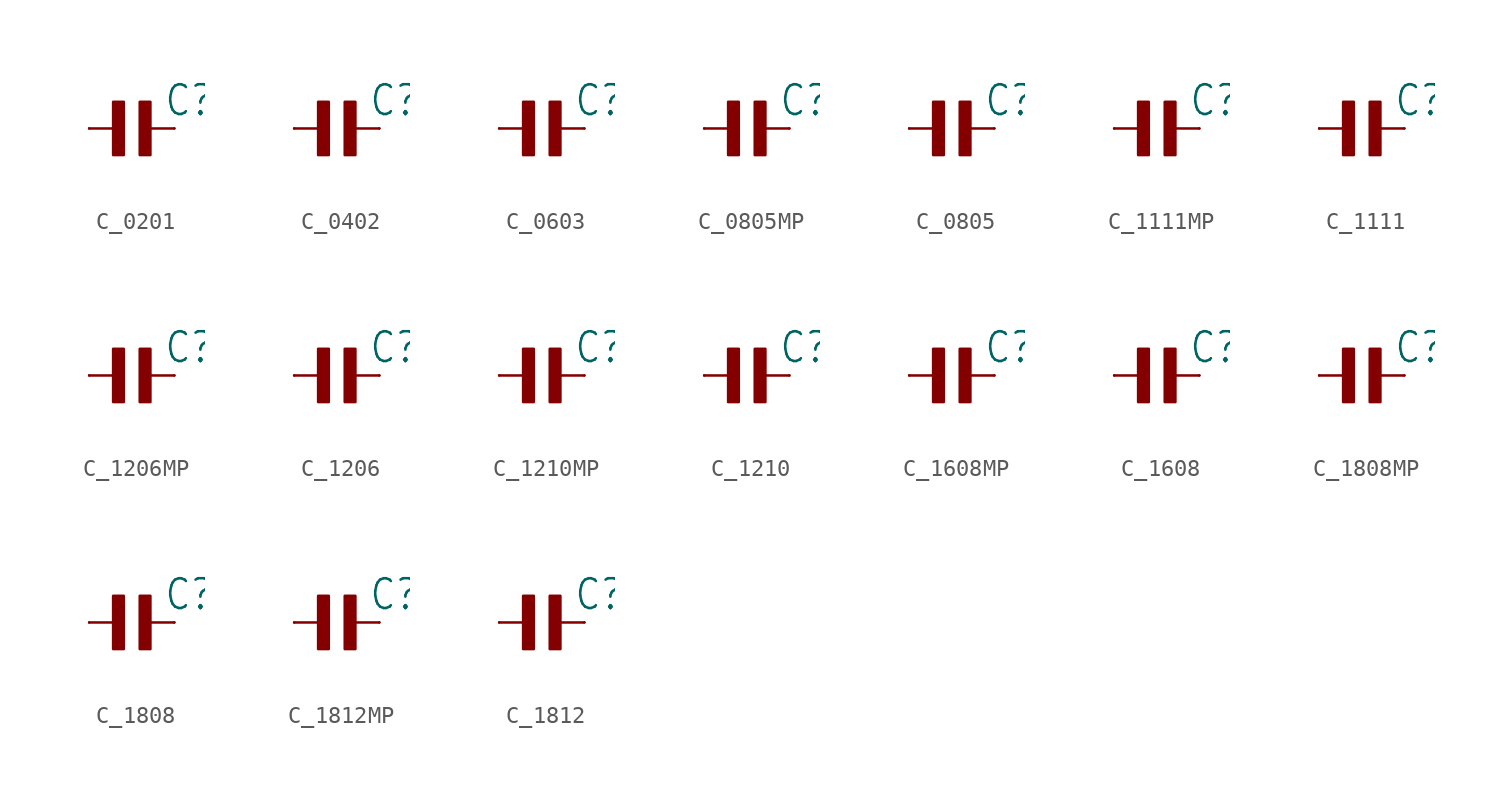
<source format=kicad_sym>
(kicad_symbol_lib
  (version 20231120)
  (generator "kicad_symbol_editor")
  (generator_version "8.0")
  (symbol "C_0201"
    (property "Reference" "C"
      (at 1.905 0.635 0)
      (effects (font (size 1.778 1.511)) (justify left bottom)))
    (property "Value" ""
      (at -3.175 -3.81 0)
      (effects (font (size 1.778 1.511)) (justify left bottom)))
    (property "ki_locked" ""
      (at 0 0 0)
      (effects (font (size 1.27 1.27))))
    (symbol "C_0201_1_0"
      (rectangle (start -1.111 -1.587) (end -0.476 1.587) (stroke (width 0) (type default)) (fill (type outline)))
      (polyline (pts (xy -2.54 0) (xy -0.635 0)) (stroke (width 0.152) (type solid)) (fill (type none)))
      (polyline (pts (xy 2.54 0) (xy 0.635 0)) (stroke (width 0.152) (type solid)) (fill (type none)))
      (rectangle (start 0.476 -1.587) (end 1.111 1.587) (stroke (width 0) (type default)) (fill (type outline)))
      (pin passive line (at -2.54 0 0) (length 0) (name "1" (effects (font (size 0 0)))) (number "1" (effects (font (size 0 0)))))
      (pin passive line (at 2.54 0 180) (length 0) (name "2" (effects (font (size 0 0)))) (number "2" (effects (font (size 0 0)))))))
  (symbol "C_0402"
    (property "Reference" "C"
      (at 1.905 0.635 0)
      (effects (font (size 1.778 1.511)) (justify left bottom)))
    (property "Value" ""
      (at -3.175 -3.81 0)
      (effects (font (size 1.778 1.511)) (justify left bottom)))
    (property "ki_locked" ""
      (at 0 0 0)
      (effects (font (size 1.27 1.27))))
    (symbol "C_0402_1_0"
      (rectangle (start -1.111 -1.587) (end -0.476 1.587) (stroke (width 0) (type default)) (fill (type outline)))
      (polyline (pts (xy -2.54 0) (xy -0.635 0)) (stroke (width 0.152) (type solid)) (fill (type none)))
      (polyline (pts (xy 2.54 0) (xy 0.635 0)) (stroke (width 0.152) (type solid)) (fill (type none)))
      (rectangle (start 0.476 -1.587) (end 1.111 1.587) (stroke (width 0) (type default)) (fill (type outline)))
      (pin passive line (at -2.54 0 0) (length 0) (name "1" (effects (font (size 0 0)))) (number "1" (effects (font (size 0 0)))))
      (pin passive line (at 2.54 0 180) (length 0) (name "2" (effects (font (size 0 0)))) (number "2" (effects (font (size 0 0)))))))
  (symbol "C_0603"
    (property "Reference" "C"
      (at 1.905 0.635 0)
      (effects (font (size 1.778 1.511)) (justify left bottom)))
    (property "Value" ""
      (at -3.175 -3.81 0)
      (effects (font (size 1.778 1.511)) (justify left bottom)))
    (property "ki_locked" ""
      (at 0 0 0)
      (effects (font (size 1.27 1.27))))
    (symbol "C_0603_1_0"
      (rectangle (start -1.111 -1.587) (end -0.476 1.587) (stroke (width 0) (type default)) (fill (type outline)))
      (polyline (pts (xy -2.54 0) (xy -0.635 0)) (stroke (width 0.152) (type solid)) (fill (type none)))
      (polyline (pts (xy 2.54 0) (xy 0.635 0)) (stroke (width 0.152) (type solid)) (fill (type none)))
      (rectangle (start 0.476 -1.587) (end 1.111 1.587) (stroke (width 0) (type default)) (fill (type outline)))
      (pin passive line (at -2.54 0 0) (length 0) (name "1" (effects (font (size 0 0)))) (number "1" (effects (font (size 0 0)))))
      (pin passive line (at 2.54 0 180) (length 0) (name "2" (effects (font (size 0 0)))) (number "2" (effects (font (size 0 0)))))))
  (symbol "C_0805MP"
    (property "Reference" "C"
      (at 1.905 0.635 0)
      (effects (font (size 1.778 1.511)) (justify left bottom)))
    (property "Value" ""
      (at -3.175 -3.81 0)
      (effects (font (size 1.778 1.511)) (justify left bottom)))
    (property "ki_locked" ""
      (at 0 0 0)
      (effects (font (size 1.27 1.27))))
    (symbol "C_0805MP_1_0"
      (rectangle (start -1.111 -1.587) (end -0.476 1.587) (stroke (width 0) (type default)) (fill (type outline)))
      (polyline (pts (xy -2.54 0) (xy -0.635 0)) (stroke (width 0.152) (type solid)) (fill (type none)))
      (polyline (pts (xy 2.54 0) (xy 0.635 0)) (stroke (width 0.152) (type solid)) (fill (type none)))
      (rectangle (start 0.476 -1.587) (end 1.111 1.587) (stroke (width 0) (type default)) (fill (type outline)))
      (pin passive line (at -2.54 0 0) (length 0) (name "1" (effects (font (size 0 0)))) (number "1" (effects (font (size 0 0)))))
      (pin passive line (at 2.54 0 180) (length 0) (name "2" (effects (font (size 0 0)))) (number "2" (effects (font (size 0 0)))))))
  (symbol "C_0805"
    (property "Reference" "C"
      (at 1.905 0.635 0)
      (effects (font (size 1.778 1.511)) (justify left bottom)))
    (property "Value" ""
      (at -3.175 -3.81 0)
      (effects (font (size 1.778 1.511)) (justify left bottom)))
    (property "ki_locked" ""
      (at 0 0 0)
      (effects (font (size 1.27 1.27))))
    (symbol "C_0805_1_0"
      (rectangle (start -1.111 -1.587) (end -0.476 1.587) (stroke (width 0) (type default)) (fill (type outline)))
      (polyline (pts (xy -2.54 0) (xy -0.635 0)) (stroke (width 0.152) (type solid)) (fill (type none)))
      (polyline (pts (xy 2.54 0) (xy 0.635 0)) (stroke (width 0.152) (type solid)) (fill (type none)))
      (rectangle (start 0.476 -1.587) (end 1.111 1.587) (stroke (width 0) (type default)) (fill (type outline)))
      (pin passive line (at -2.54 0 0) (length 0) (name "1" (effects (font (size 0 0)))) (number "1" (effects (font (size 0 0)))))
      (pin passive line (at 2.54 0 180) (length 0) (name "2" (effects (font (size 0 0)))) (number "2" (effects (font (size 0 0)))))))
  (symbol "C_1111MP"
    (property "Reference" "C"
      (at 1.905 0.635 0)
      (effects (font (size 1.778 1.511)) (justify left bottom)))
    (property "Value" ""
      (at -3.175 -3.81 0)
      (effects (font (size 1.778 1.511)) (justify left bottom)))
    (property "ki_locked" ""
      (at 0 0 0)
      (effects (font (size 1.27 1.27))))
    (symbol "C_1111MP_1_0"
      (rectangle (start -1.111 -1.587) (end -0.476 1.587) (stroke (width 0) (type default)) (fill (type outline)))
      (polyline (pts (xy -2.54 0) (xy -0.635 0)) (stroke (width 0.152) (type solid)) (fill (type none)))
      (polyline (pts (xy 2.54 0) (xy 0.635 0)) (stroke (width 0.152) (type solid)) (fill (type none)))
      (rectangle (start 0.476 -1.587) (end 1.111 1.587) (stroke (width 0) (type default)) (fill (type outline)))
      (pin passive line (at -2.54 0 0) (length 0) (name "1" (effects (font (size 0 0)))) (number "1" (effects (font (size 0 0)))))
      (pin passive line (at 2.54 0 180) (length 0) (name "2" (effects (font (size 0 0)))) (number "2" (effects (font (size 0 0)))))))
  (symbol "C_1111"
    (property "Reference" "C"
      (at 1.905 0.635 0)
      (effects (font (size 1.778 1.511)) (justify left bottom)))
    (property "Value" ""
      (at -3.175 -3.81 0)
      (effects (font (size 1.778 1.511)) (justify left bottom)))
    (property "ki_locked" ""
      (at 0 0 0)
      (effects (font (size 1.27 1.27))))
    (symbol "C_1111_1_0"
      (rectangle (start -1.111 -1.587) (end -0.476 1.587) (stroke (width 0) (type default)) (fill (type outline)))
      (polyline (pts (xy -2.54 0) (xy -0.635 0)) (stroke (width 0.152) (type solid)) (fill (type none)))
      (polyline (pts (xy 2.54 0) (xy 0.635 0)) (stroke (width 0.152) (type solid)) (fill (type none)))
      (rectangle (start 0.476 -1.587) (end 1.111 1.587) (stroke (width 0) (type default)) (fill (type outline)))
      (pin passive line (at -2.54 0 0) (length 0) (name "1" (effects (font (size 0 0)))) (number "1" (effects (font (size 0 0)))))
      (pin passive line (at 2.54 0 180) (length 0) (name "2" (effects (font (size 0 0)))) (number "2" (effects (font (size 0 0)))))))
  (symbol "C_1206MP"
    (property "Reference" "C"
      (at 1.905 0.635 0)
      (effects (font (size 1.778 1.511)) (justify left bottom)))
    (property "Value" ""
      (at -3.175 -3.81 0)
      (effects (font (size 1.778 1.511)) (justify left bottom)))
    (property "ki_locked" ""
      (at 0 0 0)
      (effects (font (size 1.27 1.27))))
    (symbol "C_1206MP_1_0"
      (rectangle (start -1.111 -1.587) (end -0.476 1.587) (stroke (width 0) (type default)) (fill (type outline)))
      (polyline (pts (xy -2.54 0) (xy -0.635 0)) (stroke (width 0.152) (type solid)) (fill (type none)))
      (polyline (pts (xy 2.54 0) (xy 0.635 0)) (stroke (width 0.152) (type solid)) (fill (type none)))
      (rectangle (start 0.476 -1.587) (end 1.111 1.587) (stroke (width 0) (type default)) (fill (type outline)))
      (pin passive line (at -2.54 0 0) (length 0) (name "1" (effects (font (size 0 0)))) (number "1" (effects (font (size 0 0)))))
      (pin passive line (at 2.54 0 180) (length 0) (name "2" (effects (font (size 0 0)))) (number "2" (effects (font (size 0 0)))))))
  (symbol "C_1206"
    (property "Reference" "C"
      (at 1.905 0.635 0)
      (effects (font (size 1.778 1.511)) (justify left bottom)))
    (property "Value" ""
      (at -3.175 -3.81 0)
      (effects (font (size 1.778 1.511)) (justify left bottom)))
    (property "ki_locked" ""
      (at 0 0 0)
      (effects (font (size 1.27 1.27))))
    (symbol "C_1206_1_0"
      (rectangle (start -1.111 -1.587) (end -0.476 1.587) (stroke (width 0) (type default)) (fill (type outline)))
      (polyline (pts (xy -2.54 0) (xy -0.635 0)) (stroke (width 0.152) (type solid)) (fill (type none)))
      (polyline (pts (xy 2.54 0) (xy 0.635 0)) (stroke (width 0.152) (type solid)) (fill (type none)))
      (rectangle (start 0.476 -1.587) (end 1.111 1.587) (stroke (width 0) (type default)) (fill (type outline)))
      (pin passive line (at -2.54 0 0) (length 0) (name "1" (effects (font (size 0 0)))) (number "1" (effects (font (size 0 0)))))
      (pin passive line (at 2.54 0 180) (length 0) (name "2" (effects (font (size 0 0)))) (number "2" (effects (font (size 0 0)))))))
  (symbol "C_1210MP"
    (property "Reference" "C"
      (at 1.905 0.635 0)
      (effects (font (size 1.778 1.511)) (justify left bottom)))
    (property "Value" ""
      (at -3.175 -3.81 0)
      (effects (font (size 1.778 1.511)) (justify left bottom)))
    (property "ki_locked" ""
      (at 0 0 0)
      (effects (font (size 1.27 1.27))))
    (symbol "C_1210MP_1_0"
      (rectangle (start -1.111 -1.587) (end -0.476 1.587) (stroke (width 0) (type default)) (fill (type outline)))
      (polyline (pts (xy -2.54 0) (xy -0.635 0)) (stroke (width 0.152) (type solid)) (fill (type none)))
      (polyline (pts (xy 2.54 0) (xy 0.635 0)) (stroke (width 0.152) (type solid)) (fill (type none)))
      (rectangle (start 0.476 -1.587) (end 1.111 1.587) (stroke (width 0) (type default)) (fill (type outline)))
      (pin passive line (at -2.54 0 0) (length 0) (name "1" (effects (font (size 0 0)))) (number "1" (effects (font (size 0 0)))))
      (pin passive line (at 2.54 0 180) (length 0) (name "2" (effects (font (size 0 0)))) (number "2" (effects (font (size 0 0)))))))
  (symbol "C_1210"
    (property "Reference" "C"
      (at 1.905 0.635 0)
      (effects (font (size 1.778 1.511)) (justify left bottom)))
    (property "Value" ""
      (at -3.175 -3.81 0)
      (effects (font (size 1.778 1.511)) (justify left bottom)))
    (property "ki_locked" ""
      (at 0 0 0)
      (effects (font (size 1.27 1.27))))
    (symbol "C_1210_1_0"
      (rectangle (start -1.111 -1.587) (end -0.476 1.587) (stroke (width 0) (type default)) (fill (type outline)))
      (polyline (pts (xy -2.54 0) (xy -0.635 0)) (stroke (width 0.152) (type solid)) (fill (type none)))
      (polyline (pts (xy 2.54 0) (xy 0.635 0)) (stroke (width 0.152) (type solid)) (fill (type none)))
      (rectangle (start 0.476 -1.587) (end 1.111 1.587) (stroke (width 0) (type default)) (fill (type outline)))
      (pin passive line (at -2.54 0 0) (length 0) (name "1" (effects (font (size 0 0)))) (number "1" (effects (font (size 0 0)))))
      (pin passive line (at 2.54 0 180) (length 0) (name "2" (effects (font (size 0 0)))) (number "2" (effects (font (size 0 0)))))))
  (symbol "C_1608MP"
    (property "Reference" "C"
      (at 1.905 0.635 0)
      (effects (font (size 1.778 1.511)) (justify left bottom)))
    (property "Value" ""
      (at -3.175 -3.81 0)
      (effects (font (size 1.778 1.511)) (justify left bottom)))
    (property "ki_locked" ""
      (at 0 0 0)
      (effects (font (size 1.27 1.27))))
    (symbol "C_1608MP_1_0"
      (rectangle (start -1.111 -1.587) (end -0.476 1.587) (stroke (width 0) (type default)) (fill (type outline)))
      (polyline (pts (xy -2.54 0) (xy -0.635 0)) (stroke (width 0.152) (type solid)) (fill (type none)))
      (polyline (pts (xy 2.54 0) (xy 0.635 0)) (stroke (width 0.152) (type solid)) (fill (type none)))
      (rectangle (start 0.476 -1.587) (end 1.111 1.587) (stroke (width 0) (type default)) (fill (type outline)))
      (pin passive line (at -2.54 0 0) (length 0) (name "1" (effects (font (size 0 0)))) (number "1" (effects (font (size 0 0)))))
      (pin passive line (at 2.54 0 180) (length 0) (name "2" (effects (font (size 0 0)))) (number "2" (effects (font (size 0 0)))))))
  (symbol "C_1608"
    (property "Reference" "C"
      (at 1.905 0.635 0)
      (effects (font (size 1.778 1.511)) (justify left bottom)))
    (property "Value" ""
      (at -3.175 -3.81 0)
      (effects (font (size 1.778 1.511)) (justify left bottom)))
    (property "ki_locked" ""
      (at 0 0 0)
      (effects (font (size 1.27 1.27))))
    (symbol "C_1608_1_0"
      (rectangle (start -1.111 -1.587) (end -0.476 1.587) (stroke (width 0) (type default)) (fill (type outline)))
      (polyline (pts (xy -2.54 0) (xy -0.635 0)) (stroke (width 0.152) (type solid)) (fill (type none)))
      (polyline (pts (xy 2.54 0) (xy 0.635 0)) (stroke (width 0.152) (type solid)) (fill (type none)))
      (rectangle (start 0.476 -1.587) (end 1.111 1.587) (stroke (width 0) (type default)) (fill (type outline)))
      (pin passive line (at -2.54 0 0) (length 0) (name "1" (effects (font (size 0 0)))) (number "1" (effects (font (size 0 0)))))
      (pin passive line (at 2.54 0 180) (length 0) (name "2" (effects (font (size 0 0)))) (number "2" (effects (font (size 0 0)))))))
  (symbol "C_1808MP"
    (property "Reference" "C"
      (at 1.905 0.635 0)
      (effects (font (size 1.778 1.511)) (justify left bottom)))
    (property "Value" ""
      (at -3.175 -3.81 0)
      (effects (font (size 1.778 1.511)) (justify left bottom)))
    (property "ki_locked" ""
      (at 0 0 0)
      (effects (font (size 1.27 1.27))))
    (symbol "C_1808MP_1_0"
      (rectangle (start -1.111 -1.587) (end -0.476 1.587) (stroke (width 0) (type default)) (fill (type outline)))
      (polyline (pts (xy -2.54 0) (xy -0.635 0)) (stroke (width 0.152) (type solid)) (fill (type none)))
      (polyline (pts (xy 2.54 0) (xy 0.635 0)) (stroke (width 0.152) (type solid)) (fill (type none)))
      (rectangle (start 0.476 -1.587) (end 1.111 1.587) (stroke (width 0) (type default)) (fill (type outline)))
      (pin passive line (at -2.54 0 0) (length 0) (name "1" (effects (font (size 0 0)))) (number "1" (effects (font (size 0 0)))))
      (pin passive line (at 2.54 0 180) (length 0) (name "2" (effects (font (size 0 0)))) (number "2" (effects (font (size 0 0)))))))
  (symbol "C_1808"
    (property "Reference" "C"
      (at 1.905 0.635 0)
      (effects (font (size 1.778 1.511)) (justify left bottom)))
    (property "Value" ""
      (at -3.175 -3.81 0)
      (effects (font (size 1.778 1.511)) (justify left bottom)))
    (property "ki_locked" ""
      (at 0 0 0)
      (effects (font (size 1.27 1.27))))
    (symbol "C_1808_1_0"
      (rectangle (start -1.111 -1.587) (end -0.476 1.587) (stroke (width 0) (type default)) (fill (type outline)))
      (polyline (pts (xy -2.54 0) (xy -0.635 0)) (stroke (width 0.152) (type solid)) (fill (type none)))
      (polyline (pts (xy 2.54 0) (xy 0.635 0)) (stroke (width 0.152) (type solid)) (fill (type none)))
      (rectangle (start 0.476 -1.587) (end 1.111 1.587) (stroke (width 0) (type default)) (fill (type outline)))
      (pin passive line (at -2.54 0 0) (length 0) (name "1" (effects (font (size 0 0)))) (number "1" (effects (font (size 0 0)))))
      (pin passive line (at 2.54 0 180) (length 0) (name "2" (effects (font (size 0 0)))) (number "2" (effects (font (size 0 0)))))))
  (symbol "C_1812MP"
    (property "Reference" "C"
      (at 1.905 0.635 0)
      (effects (font (size 1.778 1.511)) (justify left bottom)))
    (property "Value" ""
      (at -3.175 -3.81 0)
      (effects (font (size 1.778 1.511)) (justify left bottom)))
    (property "ki_locked" ""
      (at 0 0 0)
      (effects (font (size 1.27 1.27))))
    (symbol "C_1812MP_1_0"
      (rectangle (start -1.111 -1.587) (end -0.476 1.587) (stroke (width 0) (type default)) (fill (type outline)))
      (polyline (pts (xy -2.54 0) (xy -0.635 0)) (stroke (width 0.152) (type solid)) (fill (type none)))
      (polyline (pts (xy 2.54 0) (xy 0.635 0)) (stroke (width 0.152) (type solid)) (fill (type none)))
      (rectangle (start 0.476 -1.587) (end 1.111 1.587) (stroke (width 0) (type default)) (fill (type outline)))
      (pin passive line (at -2.54 0 0) (length 0) (name "1" (effects (font (size 0 0)))) (number "1" (effects (font (size 0 0)))))
      (pin passive line (at 2.54 0 180) (length 0) (name "2" (effects (font (size 0 0)))) (number "2" (effects (font (size 0 0)))))))
  (symbol "C_1812"
    (property "Reference" "C"
      (at 1.905 0.635 0)
      (effects (font (size 1.778 1.511)) (justify left bottom)))
    (property "Value" ""
      (at -3.175 -3.81 0)
      (effects (font (size 1.778 1.511)) (justify left bottom)))
    (property "ki_locked" ""
      (at 0 0 0)
      (effects (font (size 1.27 1.27))))
    (symbol "C_1812_1_0"
      (rectangle (start -1.111 -1.587) (end -0.476 1.587) (stroke (width 0) (type default)) (fill (type outline)))
      (polyline (pts (xy -2.54 0) (xy -0.635 0)) (stroke (width 0.152) (type solid)) (fill (type none)))
      (polyline (pts (xy 2.54 0) (xy 0.635 0)) (stroke (width 0.152) (type solid)) (fill (type none)))
      (rectangle (start 0.476 -1.587) (end 1.111 1.587) (stroke (width 0) (type default)) (fill (type outline)))
      (pin passive line (at -2.54 0 0) (length 0) (name "1" (effects (font (size 0 0)))) (number "1" (effects (font (size 0 0)))))
      (pin passive line (at 2.54 0 180) (length 0) (name "2" (effects (font (size 0 0)))) (number "2" (effects (font (size 0 0))))))))
</source>
